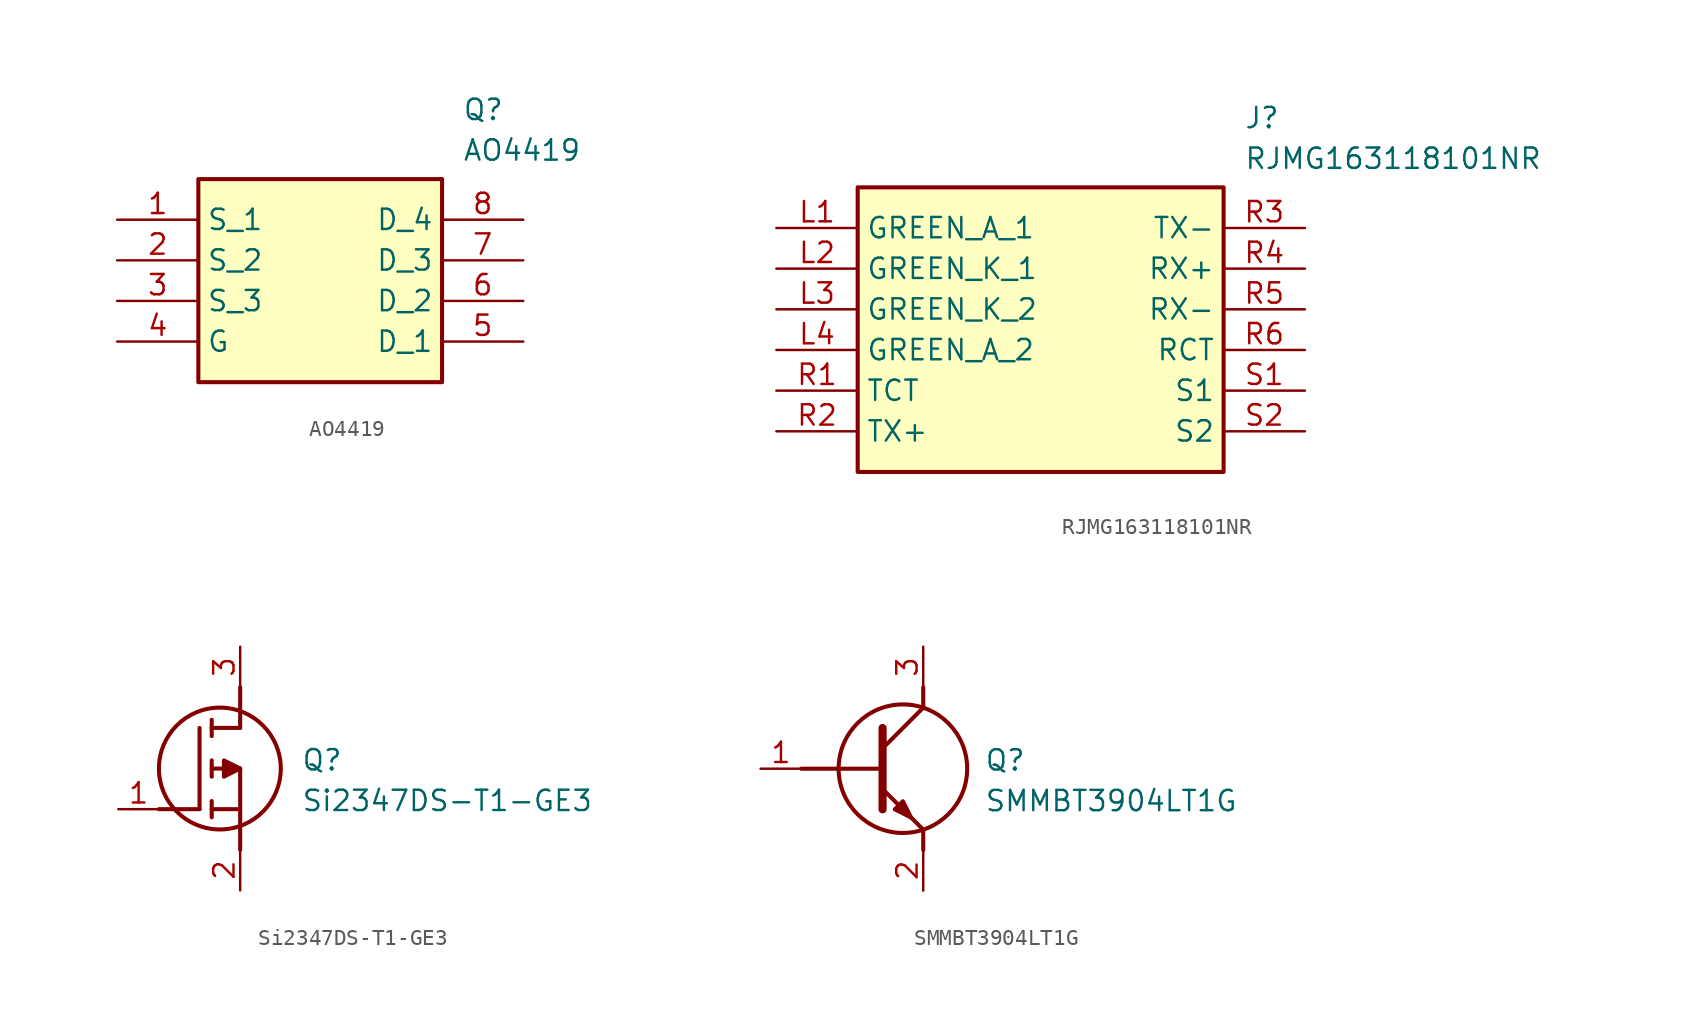
<source format=kicad_sym>
(kicad_symbol_lib
  (version 20220914)
  (generator SamacSys_ECAD_Model)
  (symbol "AO4419"
    (property "Reference" "Q"
      (at 21.59 7.62 0)
      (effects (font (size 1.27 1.27)) (justify left top)))
    (property "Value" "AO4419"
      (at 21.59 5.08 0)
      (effects (font (size 1.27 1.27)) (justify left top)))
    (rectangle
      (start 5.08 2.54)
      (end 20.32 -10.16)
      (stroke (width 0.254) (type default))
      (fill (type background)))
    (pin passive line
      (at 0 0 0)
      (length 5.08)
      (name "S_1" (effects (font (size 1.27 1.27))))
      (number "1" (effects (font (size 1.27 1.27)))))
    (pin passive line
      (at 0 -2.54 0)
      (length 5.08)
      (name "S_2" (effects (font (size 1.27 1.27))))
      (number "2" (effects (font (size 1.27 1.27)))))
    (pin passive line
      (at 0 -5.08 0)
      (length 5.08)
      (name "S_3" (effects (font (size 1.27 1.27))))
      (number "3" (effects (font (size 1.27 1.27)))))
    (pin passive line
      (at 0 -7.62 0)
      (length 5.08)
      (name "G" (effects (font (size 1.27 1.27))))
      (number "4" (effects (font (size 1.27 1.27)))))
    (pin passive line
      (at 25.4 0 180)
      (length 5.08)
      (name "D_4" (effects (font (size 1.27 1.27))))
      (number "8" (effects (font (size 1.27 1.27)))))
    (pin passive line
      (at 25.4 -2.54 180)
      (length 5.08)
      (name "D_3" (effects (font (size 1.27 1.27))))
      (number "7" (effects (font (size 1.27 1.27)))))
    (pin passive line
      (at 25.4 -5.08 180)
      (length 5.08)
      (name "D_2" (effects (font (size 1.27 1.27))))
      (number "6" (effects (font (size 1.27 1.27)))))
    (pin passive line
      (at 25.4 -7.62 180)
      (length 5.08)
      (name "D_1" (effects (font (size 1.27 1.27))))
      (number "5" (effects (font (size 1.27 1.27))))))
  (symbol "RJMG163118101NR"
    (property "Reference" "J"
      (at 29.21 7.62 0)
      (effects (font (size 1.27 1.27)) (justify left top)))
    (property "Value" "RJMG163118101NR"
      (at 29.21 5.08 0)
      (effects (font (size 1.27 1.27)) (justify left top)))
    (rectangle
      (start 5.08 2.54)
      (end 27.94 -15.24)
      (stroke (width 0.254) (type default))
      (fill (type background)))
    (pin passive line
      (at 0 0 0)
      (length 5.08)
      (name "GREEN_A_1" (effects (font (size 1.27 1.27))))
      (number "L1" (effects (font (size 1.27 1.27)))))
    (pin passive line
      (at 0 -2.54 0)
      (length 5.08)
      (name "GREEN_K_1" (effects (font (size 1.27 1.27))))
      (number "L2" (effects (font (size 1.27 1.27)))))
    (pin passive line
      (at 0 -5.08 0)
      (length 5.08)
      (name "GREEN_K_2" (effects (font (size 1.27 1.27))))
      (number "L3" (effects (font (size 1.27 1.27)))))
    (pin passive line
      (at 0 -7.62 0)
      (length 5.08)
      (name "GREEN_A_2" (effects (font (size 1.27 1.27))))
      (number "L4" (effects (font (size 1.27 1.27)))))
    (pin passive line
      (at 0 -10.16 0)
      (length 5.08)
      (name "TCT" (effects (font (size 1.27 1.27))))
      (number "R1" (effects (font (size 1.27 1.27)))))
    (pin passive line
      (at 0 -12.7 0)
      (length 5.08)
      (name "TX+" (effects (font (size 1.27 1.27))))
      (number "R2" (effects (font (size 1.27 1.27)))))
    (pin passive line
      (at 33.02 0 180)
      (length 5.08)
      (name "TX-" (effects (font (size 1.27 1.27))))
      (number "R3" (effects (font (size 1.27 1.27)))))
    (pin passive line
      (at 33.02 -2.54 180)
      (length 5.08)
      (name "RX+" (effects (font (size 1.27 1.27))))
      (number "R4" (effects (font (size 1.27 1.27)))))
    (pin passive line
      (at 33.02 -5.08 180)
      (length 5.08)
      (name "RX-" (effects (font (size 1.27 1.27))))
      (number "R5" (effects (font (size 1.27 1.27)))))
    (pin passive line
      (at 33.02 -7.62 180)
      (length 5.08)
      (name "RCT" (effects (font (size 1.27 1.27))))
      (number "R6" (effects (font (size 1.27 1.27)))))
    (pin passive line
      (at 33.02 -10.16 180)
      (length 5.08)
      (name "S1" (effects (font (size 1.27 1.27))))
      (number "S1" (effects (font (size 1.27 1.27)))))
    (pin passive line
      (at 33.02 -12.7 180)
      (length 5.08)
      (name "S2" (effects (font (size 1.27 1.27))))
      (number "S2" (effects (font (size 1.27 1.27))))))
  (symbol "Si2347DS-T1-GE3"
    (pin_names hide)
    (property "Reference" "Q"
      (at 11.43 3.81 0)
      (effects (font (size 1.27 1.27)) (justify left top)))
    (property "Value" "Si2347DS-T1-GE3"
      (at 11.43 1.27 0)
      (effects (font (size 1.27 1.27)) (justify left top)))
    (polyline
      (pts (xy 7.62 2.54) (xy 7.62 -2.54))
      (stroke (width 0.254) (type default))
      (fill (type none)))
    (polyline
      (pts (xy 7.62 5.08) (xy 7.62 7.62))
      (stroke (width 0.254) (type default))
      (fill (type none)))
    (polyline
      (pts (xy 2.54 0) (xy 5.08 0))
      (stroke (width 0.254) (type default))
      (fill (type none)))
    (polyline
      (pts (xy 5.08 5.08) (xy 5.08 0))
      (stroke (width 0.254) (type default))
      (fill (type none)))
    (polyline
      (pts (xy 7.62 2.54) (xy 5.842 2.54))
      (stroke (width 0.254) (type default))
      (fill (type none)))
    (polyline
      (pts (xy 7.62 5.08) (xy 5.842 5.08))
      (stroke (width 0.254) (type default))
      (fill (type none)))
    (polyline
      (pts (xy 5.842 0) (xy 7.62 0))
      (stroke (width 0.254) (type default))
      (fill (type none)))
    (polyline
      (pts (xy 5.842 5.588) (xy 5.842 4.572))
      (stroke (width 0.254) (type default))
      (fill (type none)))
    (polyline
      (pts (xy 5.842 -0.508) (xy 5.842 0.508))
      (stroke (width 0.254) (type default))
      (fill (type none)))
    (polyline
      (pts (xy 5.842 2.032) (xy 5.842 3.048))
      (stroke (width 0.254) (type default))
      (fill (type none)))
    (circle
      (center 6.35 2.54)
      (radius 3.81)
      (stroke (width 0.254) (type default))
      (fill (type none)))
    (polyline
      (pts (xy 7.62 2.54) (xy 6.604 3.048) (xy 6.604 2.032) (xy 7.62 2.54))
      (stroke (width 0.254) (type default))
      (fill (type outline)))
    (pin passive line
      (at 0 0 0)
      (length 2.54)
      (name "G" (effects (font (size 1.27 1.27))))
      (number "1" (effects (font (size 1.27 1.27)))))
    (pin passive line
      (at 7.62 10.16 270)
      (length 2.54)
      (name "D" (effects (font (size 1.27 1.27))))
      (number "3" (effects (font (size 1.27 1.27)))))
    (pin passive line
      (at 7.62 -5.08 90)
      (length 2.54)
      (name "S" (effects (font (size 1.27 1.27))))
      (number "2" (effects (font (size 1.27 1.27))))))
  (symbol "SMMBT3904LT1G"
    (pin_names hide)
    (property "Reference" "Q"
      (at 13.97 1.27 0)
      (effects (font (size 1.27 1.27)) (justify left top)))
    (property "Value" "SMMBT3904LT1G"
      (at 13.97 -1.27 0)
      (effects (font (size 1.27 1.27)) (justify left top)))
    (polyline
      (pts (xy 7.62 2.54) (xy 7.62 -2.54))
      (stroke (width 0.508) (type default))
      (fill (type none)))
    (polyline
      (pts (xy 7.62 1.27) (xy 10.16 3.81))
      (stroke (width 0.254) (type default))
      (fill (type none)))
    (polyline
      (pts (xy 7.62 -1.27) (xy 10.16 -3.81))
      (stroke (width 0.254) (type default))
      (fill (type none)))
    (polyline
      (pts (xy 10.16 -3.81) (xy 10.16 -5.08))
      (stroke (width 0.254) (type default))
      (fill (type none)))
    (polyline
      (pts (xy 10.16 3.81) (xy 10.16 5.08))
      (stroke (width 0.254) (type default))
      (fill (type none)))
    (polyline
      (pts (xy 2.54 0) (xy 7.62 0))
      (stroke (width 0.254) (type default))
      (fill (type none)))
    (circle
      (center 8.89 0)
      (radius 4.016)
      (stroke (width 0.254) (type default))
      (fill (type none)))
    (polyline
      (pts (xy 8.382 -2.54) (xy 8.89 -2.032) (xy 9.398 -3.048) (xy 8.382 -2.54))
      (stroke (width 0.254) (type default))
      (fill (type outline)))
    (pin passive line
      (at 0 0 0)
      (length 2.54)
      (name "B" (effects (font (size 1.27 1.27))))
      (number "1" (effects (font (size 1.27 1.27)))))
    (pin passive line
      (at 10.16 -7.62 90)
      (length 2.54)
      (name "E" (effects (font (size 1.27 1.27))))
      (number "2" (effects (font (size 1.27 1.27)))))
    (pin passive line
      (at 10.16 7.62 270)
      (length 2.54)
      (name "C" (effects (font (size 1.27 1.27))))
      (number "3" (effects (font (size 1.27 1.27)))))))
</source>
